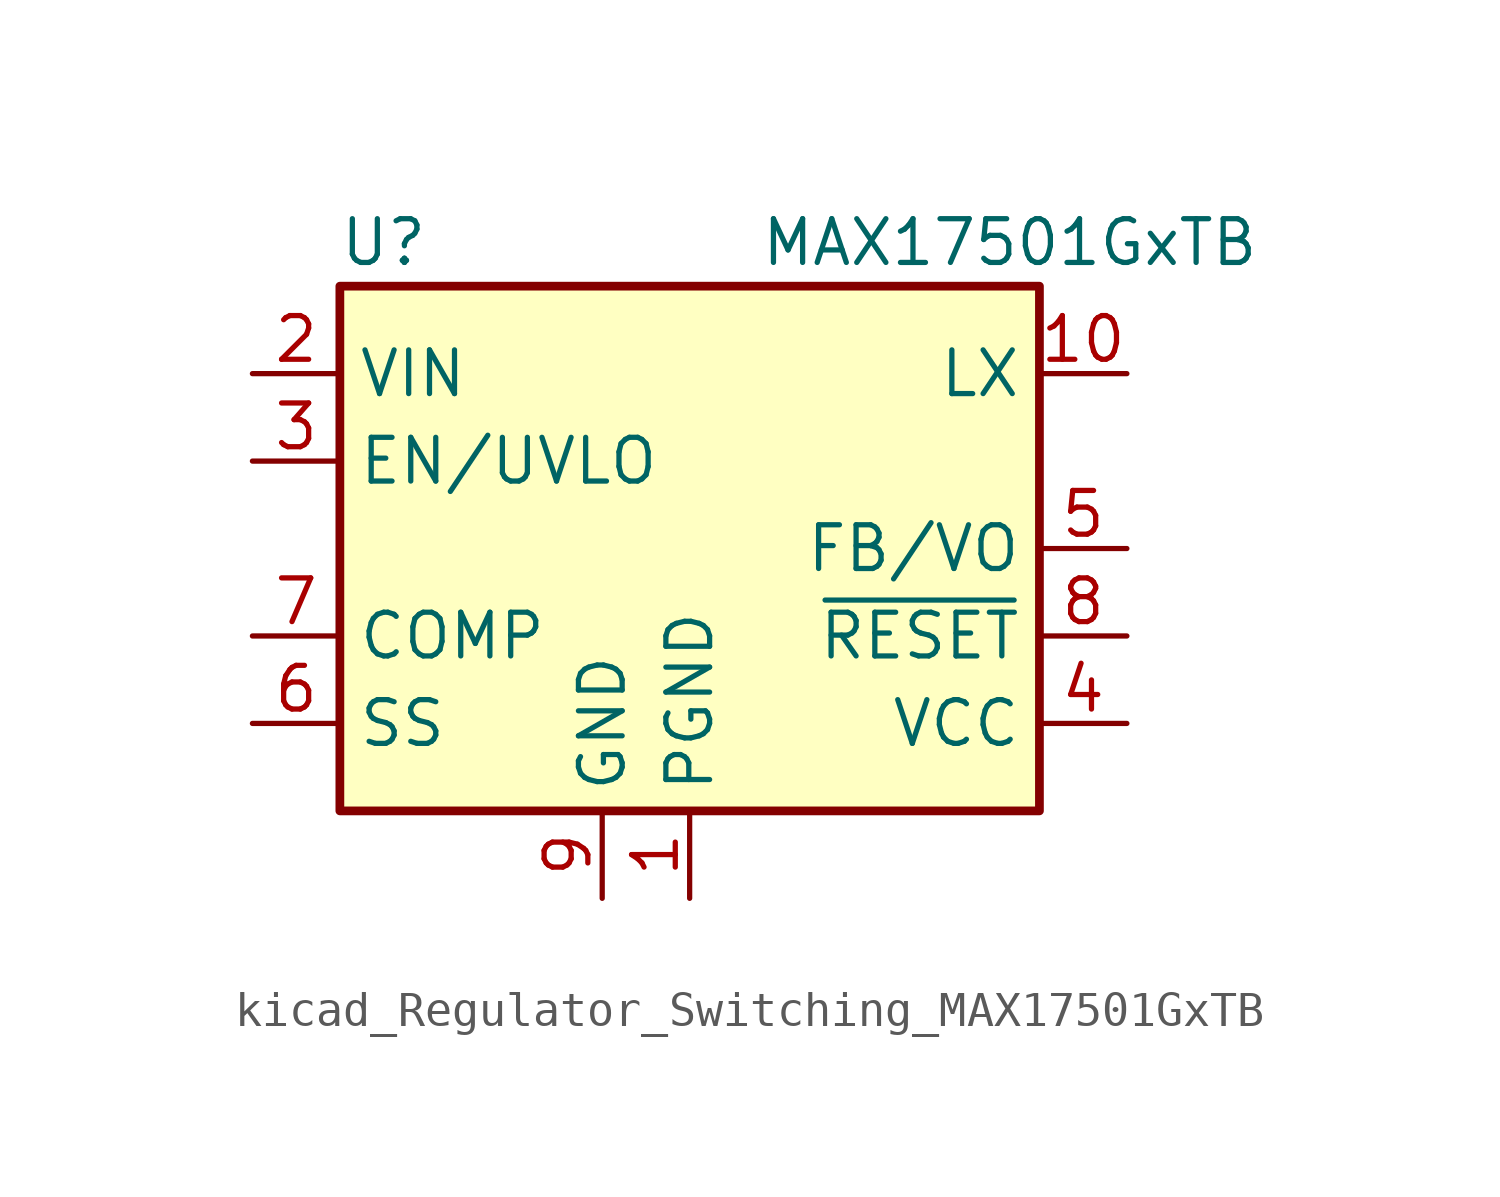
<source format=kicad_sym>
(kicad_symbol_lib
  (version 20220914)
  (generator kicad_symbol_editor)
  (symbol "kicad_Regulator_Switching_MAX17501GxTB"
    (property "Reference" "U"
      (at -8.89 8.89 0)
      (effects (font (size 1.27 1.27))))
    (property "Value" "MAX17501GxTB"
      (at 2.032 8.89 0)
      (effects (font (size 1.27 1.27)) (justify left)))
    (symbol "kicad_Regulator_Switching_MAX17501GxTB_0_1"
      (rectangle (start -10.16 7.62) (end 10.16 -7.62) (stroke (width 0.254) (type default)) (fill (type background))))
    (symbol "kicad_Regulator_Switching_MAX17501GxTB_1_1"
      (pin power_in line (at 0 -10.16 90) (length 2.54) (name "PGND" (effects (font (size 1.27 1.27)))) (number "1" (effects (font (size 1.27 1.27)))))
      (pin power_out line (at 12.7 5.08 180) (length 2.54) (name "LX" (effects (font (size 1.27 1.27)))) (number "10" (effects (font (size 1.27 1.27)))))
      (pin passive line (at -2.54 -10.16 90) (length 2.54) hide (name "GND" (effects (font (size 1.27 1.27)))) (number "11" (effects (font (size 1.27 1.27)))))
      (pin power_in line (at -12.7 5.08 0) (length 2.54) (name "VIN" (effects (font (size 1.27 1.27)))) (number "2" (effects (font (size 1.27 1.27)))))
      (pin input line (at -12.7 2.54 0) (length 2.54) (name "EN/UVLO" (effects (font (size 1.27 1.27)))) (number "3" (effects (font (size 1.27 1.27)))))
      (pin power_out line (at 12.7 -5.08 180) (length 2.54) (name "VCC" (effects (font (size 1.27 1.27)))) (number "4" (effects (font (size 1.27 1.27)))))
      (pin input line (at 12.7 0 180) (length 2.54) (name "FB/VO" (effects (font (size 1.27 1.27)))) (number "5" (effects (font (size 1.27 1.27)))))
      (pin passive line (at -12.7 -5.08 0) (length 2.54) (name "SS" (effects (font (size 1.27 1.27)))) (number "6" (effects (font (size 1.27 1.27)))))
      (pin passive line (at -12.7 -2.54 0) (length 2.54) (name "COMP" (effects (font (size 1.27 1.27)))) (number "7" (effects (font (size 1.27 1.27)))))
      (pin open_collector line (at 12.7 -2.54 180) (length 2.54) (name "~{RESET}" (effects (font (size 1.27 1.27)))) (number "8" (effects (font (size 1.27 1.27)))))
      (pin power_in line (at -2.54 -10.16 90) (length 2.54) (name "GND" (effects (font (size 1.27 1.27)))) (number "9" (effects (font (size 1.27 1.27))))))))
</source>
